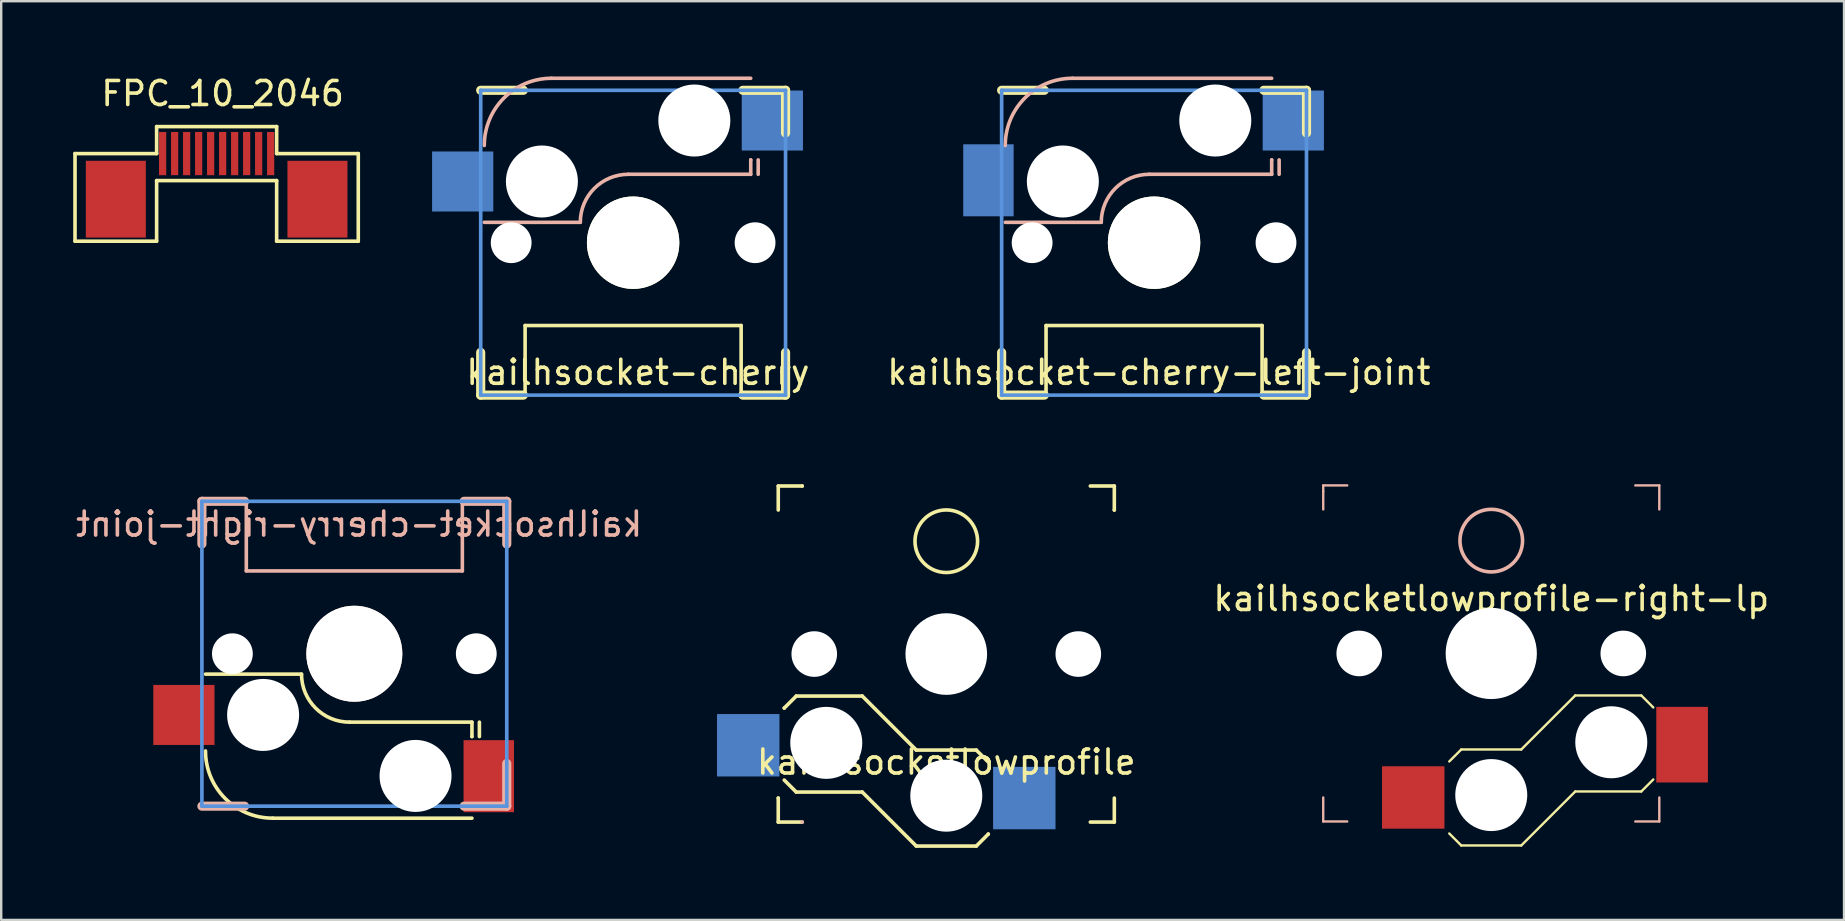
<source format=kicad_pcb>
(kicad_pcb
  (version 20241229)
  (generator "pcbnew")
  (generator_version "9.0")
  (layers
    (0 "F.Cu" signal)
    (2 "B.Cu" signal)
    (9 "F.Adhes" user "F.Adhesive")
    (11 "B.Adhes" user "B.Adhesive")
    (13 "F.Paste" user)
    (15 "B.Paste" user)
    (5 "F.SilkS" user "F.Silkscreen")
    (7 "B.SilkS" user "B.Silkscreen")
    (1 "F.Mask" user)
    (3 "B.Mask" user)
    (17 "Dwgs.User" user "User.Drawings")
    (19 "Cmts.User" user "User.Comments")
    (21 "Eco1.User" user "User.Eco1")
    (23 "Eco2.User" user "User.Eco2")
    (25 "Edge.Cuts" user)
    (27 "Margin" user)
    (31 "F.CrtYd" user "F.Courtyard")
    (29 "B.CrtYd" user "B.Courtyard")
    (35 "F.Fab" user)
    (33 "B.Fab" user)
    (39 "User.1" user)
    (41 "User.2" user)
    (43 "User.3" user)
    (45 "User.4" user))
  (footprint "kailhsocket-cherry"
    (layer "F.Cu")
    (at 23.325 7.061)
    (property "Reference" "kailhsocket-cherry" (at 0.2 5.4 0) (layer "F.SilkS") (effects (font (size 1 1) (thickness 0.15))))
    (attr smd)
    (fp_line (start -6.35 -6.35) (end -4.572 -6.35) (stroke (width 0.381) (type solid)) (layer "F.SilkS"))
    (fp_line (start -6.35 6.35) (end -6.35 4.572) (stroke (width 0.381) (type solid)) (layer "F.SilkS"))
    (fp_line (start -4.572 6.35) (end -6.35 6.35) (stroke (width 0.381) (type solid)) (layer "F.SilkS"))
    (fp_line (start -4.5 3.45) (end -4.5 6.35) (stroke (width 0.15) (type solid)) (layer "F.SilkS"))
    (fp_line (start -4.5 3.45) (end 4.5 3.45) (stroke (width 0.15) (type solid)) (layer "F.SilkS"))
    (fp_line (start -4.5 6.35) (end -4.5 6.35) (stroke (width 0.15) (type solid)) (layer "F.SilkS"))
    (fp_line (start 4.5 3.45) (end 4.5 6.4) (stroke (width 0.15) (type solid)) (layer "F.SilkS"))
    (fp_line (start 4.5 6.4) (end 4.5 6.4) (stroke (width 0.15) (type solid)) (layer "F.SilkS"))
    (fp_line (start 4.572 -6.35) (end 6.35 -6.35) (stroke (width 0.381) (type solid)) (layer "F.SilkS"))
    (fp_line (start 6.35 -6.35) (end 6.35 -4.572) (stroke (width 0.381) (type solid)) (layer "F.SilkS"))
    (fp_line (start 6.35 4.572) (end 6.35 6.35) (stroke (width 0.381) (type solid)) (layer "F.SilkS"))
    (fp_line (start 6.35 6.35) (end 4.572 6.35) (stroke (width 0.381) (type solid)) (layer "F.SilkS"))
    (fp_line (start -6.2 -0.85) (end -2.2 -0.85) (stroke (width 0.15) (type solid)) (layer "B.SilkS"))
    (fp_line (start 4.9 -6.85) (end -3.4 -6.85) (stroke (width 0.15) (type solid)) (layer "B.SilkS"))
    (fp_line (start 4.9 -3.45) (end 4.9 -3.45) (stroke (width 0.15) (type solid)) (layer "B.SilkS"))
    (fp_line (start 4.9 -2.85) (end -0.2 -2.85) (stroke (width 0.15) (type solid)) (layer "B.SilkS"))
    (fp_line (start 4.9 -2.85) (end 4.9 -3.45) (stroke (width 0.15) (type solid)) (layer "B.SilkS"))
    (fp_line (start 5.21 -2.85) (end 5.21 -3.45) (stroke (width 0.15) (type solid)) (layer "B.SilkS"))
    (fp_arc (start -6.2 -4.05) (mid -5.379899 -6.029899) (end -3.4 -6.85) (stroke (width 0.15) (type solid)) (layer "B.SilkS"))
    (fp_arc (start -2.2 -0.85) (mid -1.614214 -2.264214) (end -0.2 -2.85) (stroke (width 0.15) (type solid)) (layer "B.SilkS"))
    (fp_line (start -6.35 -6.35) (end 6.35 -6.35) (stroke (width 0.152) (type solid)) (layer "Cmts.User"))
    (fp_line (start -6.35 6.35) (end -6.35 -6.35) (stroke (width 0.152) (type solid)) (layer "Cmts.User"))
    (fp_line (start 6.35 -6.35) (end 6.35 6.35) (stroke (width 0.152) (type solid)) (layer "Cmts.User"))
    (fp_line (start 6.35 6.35) (end -6.35 6.35) (stroke (width 0.152) (type solid)) (layer "Cmts.User"))
    (fp_line (start -6.985 -6.985) (end 6.985 -6.985) (stroke (width 0.152) (type solid)) (layer "Eco2.User"))
    (fp_line (start -6.985 6.985) (end -6.985 -6.985) (stroke (width 0.152) (type solid)) (layer "Eco2.User"))
    (fp_line (start 6.985 -6.985) (end 6.985 6.985) (stroke (width 0.152) (type solid)) (layer "Eco2.User"))
    (fp_line (start 6.985 6.985) (end -6.985 6.985) (stroke (width 0.152) (type solid)) (layer "Eco2.User"))
    (pad "" np_thru_hole circle (at -5.08 0) (size 1.7 1.7) (drill 1.7) (layers "*.Cu" "*.Mask"))
    (pad "" np_thru_hole circle (at -3.8 -2.55) (size 3 3) (drill 3) (layers "*.Cu" "*.Mask"))
    (pad "" np_thru_hole circle (at 0 0) (size 3.85 3.85) (drill 3.85) (layers "*.Cu" "*.Mask" "F.SilkS"))
    (pad "" np_thru_hole circle (at 2.55 -5.09) (size 3 3) (drill 3) (layers "*.Cu" "*.Mask"))
    (pad "" np_thru_hole circle (at 5.08 0) (size 1.7 1.7) (drill 1.7) (layers "*.Cu" "*.Mask"))
    (pad "1" smd rect (at -7.1 -2.55) (size 2.55 2.5) (layers "B.Cu" "B.Mask" "B.Paste"))
    (pad "2" smd rect (at 5.8 -5.09) (size 2.55 2.5) (layers "B.Cu" "B.Mask" "B.Paste")))
  (footprint "kailhsocketlowprofile"
    (layer "F.Cu")
    (at 36.371 24.197)
    (property "Reference" "kailhsocketlowprofile" (at 0 4.5 0) (layer "F.SilkS") (effects (font (size 1 1) (thickness 0.15))))
    (attr smd)
    (fp_line (start -7 -7) (end -6 -7) (stroke (width 0.15) (type solid)) (layer "F.SilkS"))
    (fp_line (start -7 -6) (end -7 -7) (stroke (width 0.15) (type solid)) (layer "F.SilkS"))
    (fp_line (start -7 6) (end -7 6) (stroke (width 0.15) (type solid)) (layer "F.SilkS"))
    (fp_line (start -7 7) (end -7 6) (stroke (width 0.15) (type solid)) (layer "F.SilkS"))
    (fp_line (start -6.75 2.25) (end -6.75 2.25) (stroke (width 0.15) (type solid)) (layer "F.SilkS"))
    (fp_line (start -6.75 5.25) (end -6.25 5.75) (stroke (width 0.15) (type solid)) (layer "F.SilkS"))
    (fp_line (start -6.25 1.75) (end -6.75 2.25) (stroke (width 0.15) (type solid)) (layer "F.SilkS"))
    (fp_line (start -6.25 5.75) (end -3.5 5.75) (stroke (width 0.15) (type solid)) (layer "F.SilkS"))
    (fp_line (start -6 -7) (end -6 -7) (stroke (width 0.15) (type solid)) (layer "F.SilkS"))
    (fp_line (start -6 7) (end -7 7) (stroke (width 0.15) (type solid)) (layer "F.SilkS"))
    (fp_line (start -3.5 1.75) (end -6.25 1.75) (stroke (width 0.15) (type solid)) (layer "F.SilkS"))
    (fp_line (start -3.5 5.75) (end -1.25 8) (stroke (width 0.15) (type solid)) (layer "F.SilkS"))
    (fp_line (start -1.25 4) (end -3.5 1.75) (stroke (width 0.15) (type solid)) (layer "F.SilkS"))
    (fp_line (start -1.25 8) (end 1.25 8) (stroke (width 0.15) (type solid)) (layer "F.SilkS"))
    (fp_line (start 1.25 4) (end -1.25 4) (stroke (width 0.15) (type solid)) (layer "F.SilkS"))
    (fp_line (start 1.25 8) (end 1.75 7.5) (stroke (width 0.15) (type solid)) (layer "F.SilkS"))
    (fp_line (start 1.75 4.5) (end 1.25 4) (stroke (width 0.15) (type solid)) (layer "F.SilkS"))
    (fp_line (start 1.75 7.5) (end 1.75 7.5) (stroke (width 0.15) (type solid)) (layer "F.SilkS"))
    (fp_line (start 6 -7) (end 7 -7) (stroke (width 0.15) (type solid)) (layer "F.SilkS"))
    (fp_line (start 7 -7) (end 7 -6) (stroke (width 0.15) (type solid)) (layer "F.SilkS"))
    (fp_line (start 7 -6) (end 7 -6) (stroke (width 0.15) (type solid)) (layer "F.SilkS"))
    (fp_line (start 7 6) (end 7 7) (stroke (width 0.15) (type solid)) (layer "F.SilkS"))
    (fp_line (start 7 7) (end 6 7) (stroke (width 0.15) (type solid)) (layer "F.SilkS"))
    (fp_circle (center 0 -4.7) (end -0.7 -5.8) (stroke (width 0.15) (type solid)) (fill no) (layer "F.SilkS"))
    (fp_line (start -6 7) (end -6 7) (stroke (width 0.15) (type solid)) (layer "B.SilkS"))
    (pad "" np_thru_hole circle (at -5.5 0) (size 1.9 1.9) (drill 1.9) (layers "*.Cu" "*.Mask"))
    (pad "" np_thru_hole circle (at -5 3.7) (size 3 3) (drill 3) (layers "*.Cu" "*.Mask"))
    (pad "" np_thru_hole circle (at 0 0) (size 3.4 3.4) (drill 3.4) (layers "*.Cu" "*.Mask"))
    (pad "" np_thru_hole circle (at 0 5.9) (size 3 3) (drill 3) (layers "*.Cu" "*.Mask"))
    (pad "" np_thru_hole circle (at 5.5 0) (size 1.9 1.9) (drill 1.9) (layers "*.Cu" "*.Mask"))
    (pad "1" smd rect (at -8.25 3.8) (size 2.6 2.6) (layers "B.Cu" "B.Mask" "B.Paste"))
    (pad "2" smd rect (at 3.25 6) (size 2.6 2.6) (layers "B.Cu" "B.Mask" "B.Paste")))
  (footprint "kailhsocket-cherry-left-joint"
    (layer "F.Cu")
    (at 45.027 7.061)
    (property "Reference" "kailhsocket-cherry-left-joint" (at 0.2 5.4 0) (layer "F.SilkS") (effects (font (size 1 1) (thickness 0.15))))
    (attr smd)
    (fp_line (start -6.35 -6.35) (end -4.572 -6.35) (stroke (width 0.381) (type solid)) (layer "F.SilkS"))
    (fp_line (start -6.35 6.35) (end -6.35 4.572) (stroke (width 0.381) (type solid)) (layer "F.SilkS"))
    (fp_line (start -4.572 6.35) (end -6.35 6.35) (stroke (width 0.381) (type solid)) (layer "F.SilkS"))
    (fp_line (start -4.5 3.45) (end -4.5 6.35) (stroke (width 0.15) (type solid)) (layer "F.SilkS"))
    (fp_line (start -4.5 3.45) (end 4.5 3.45) (stroke (width 0.15) (type solid)) (layer "F.SilkS"))
    (fp_line (start -4.5 6.35) (end -4.5 6.35) (stroke (width 0.15) (type solid)) (layer "F.SilkS"))
    (fp_line (start 4.5 3.45) (end 4.5 6.4) (stroke (width 0.15) (type solid)) (layer "F.SilkS"))
    (fp_line (start 4.5 6.4) (end 4.5 6.4) (stroke (width 0.15) (type solid)) (layer "F.SilkS"))
    (fp_line (start 4.572 -6.35) (end 6.35 -6.35) (stroke (width 0.381) (type solid)) (layer "F.SilkS"))
    (fp_line (start 6.35 -6.35) (end 6.35 -4.572) (stroke (width 0.381) (type solid)) (layer "F.SilkS"))
    (fp_line (start 6.35 4.572) (end 6.35 6.35) (stroke (width 0.381) (type solid)) (layer "F.SilkS"))
    (fp_line (start 6.35 6.35) (end 4.572 6.35) (stroke (width 0.381) (type solid)) (layer "F.SilkS"))
    (fp_line (start -6.2 -0.85) (end -2.2 -0.85) (stroke (width 0.15) (type solid)) (layer "B.SilkS"))
    (fp_line (start 4.9 -6.85) (end -3.4 -6.85) (stroke (width 0.15) (type solid)) (layer "B.SilkS"))
    (fp_line (start 4.9 -3.45) (end 4.9 -3.45) (stroke (width 0.15) (type solid)) (layer "B.SilkS"))
    (fp_line (start 4.9 -2.85) (end -0.2 -2.85) (stroke (width 0.15) (type solid)) (layer "B.SilkS"))
    (fp_line (start 4.9 -2.85) (end 4.9 -3.45) (stroke (width 0.15) (type solid)) (layer "B.SilkS"))
    (fp_line (start 5.21 -2.85) (end 5.21 -3.45) (stroke (width 0.15) (type solid)) (layer "B.SilkS"))
    (fp_arc (start -6.2 -4.05) (mid -5.379899 -6.029899) (end -3.4 -6.85) (stroke (width 0.15) (type solid)) (layer "B.SilkS"))
    (fp_arc (start -2.2 -0.85) (mid -1.614214 -2.264214) (end -0.2 -2.85) (stroke (width 0.15) (type solid)) (layer "B.SilkS"))
    (fp_line (start -6.35 -6.35) (end 6.35 -6.35) (stroke (width 0.152) (type solid)) (layer "Cmts.User"))
    (fp_line (start -6.35 6.35) (end -6.35 -6.35) (stroke (width 0.152) (type solid)) (layer "Cmts.User"))
    (fp_line (start 6.35 -6.35) (end 6.35 6.35) (stroke (width 0.152) (type solid)) (layer "Cmts.User"))
    (fp_line (start 6.35 6.35) (end -6.35 6.35) (stroke (width 0.152) (type solid)) (layer "Cmts.User"))
    (fp_line (start -6.985 -6.985) (end 6.985 -6.985) (stroke (width 0.152) (type solid)) (layer "Eco2.User"))
    (fp_line (start -6.985 6.985) (end -6.985 -6.985) (stroke (width 0.152) (type solid)) (layer "Eco2.User"))
    (fp_line (start 6.985 -6.985) (end 6.985 6.985) (stroke (width 0.152) (type solid)) (layer "Eco2.User"))
    (fp_line (start 6.985 6.985) (end -6.985 6.985) (stroke (width 0.152) (type solid)) (layer "Eco2.User"))
    (pad "" np_thru_hole circle (at -5.08 0) (size 1.7 1.7) (drill 1.7) (layers "*.Cu" "*.Mask"))
    (pad "" np_thru_hole circle (at -3.8 -2.55) (size 3 3) (drill 3) (layers "*.Cu" "*.Mask"))
    (pad "" np_thru_hole circle (at 0 0) (size 3.85 3.85) (drill 3.85) (layers "*.Cu" "*.Mask" "F.SilkS"))
    (pad "" np_thru_hole circle (at 2.55 -5.09) (size 3 3) (drill 3) (layers "*.Cu" "*.Mask"))
    (pad "" np_thru_hole circle (at 5.08 0) (size 1.7 1.7) (drill 1.7) (layers "*.Cu" "*.Mask"))
    (pad "1" smd rect (at -6.9 -2.6) (size 2.1 3) (layers "B.Cu" "B.Mask" "B.Paste"))
    (pad "2" smd rect (at 5.8 -5.09) (size 2.55 2.5) (layers "B.Cu" "B.Mask" "B.Paste")))
  (footprint "FPC_10_2046"
    (layer "F.Cu")
    (at 5.975 3.348)
    (property "Reference" "FPC_10_2046" (at 0.25 -2.5 0) (layer "F.SilkS") (effects (font (size 1 1) (thickness 0.15))))
    (attr smd)
    (fp_line (start -5.9 0) (end -2.5 0) (stroke (width 0.15) (type solid)) (layer "F.SilkS"))
    (fp_line (start -5.9 3.65) (end -5.9 0) (stroke (width 0.15) (type solid)) (layer "F.SilkS"))
    (fp_line (start -2.5 -1.125) (end 2.5 -1.125) (stroke (width 0.15) (type solid)) (layer "F.SilkS"))
    (fp_line (start -2.5 0) (end -2.5 -1.125) (stroke (width 0.15) (type solid)) (layer "F.SilkS"))
    (fp_line (start -2.5 1.125) (end -2.5 3.65) (stroke (width 0.15) (type solid)) (layer "F.SilkS"))
    (fp_line (start -2.5 1.125) (end 2.5 1.125) (stroke (width 0.15) (type solid)) (layer "F.SilkS"))
    (fp_line (start -2.5 3.65) (end -5.9 3.65) (stroke (width 0.15) (type solid)) (layer "F.SilkS"))
    (fp_line (start 2.5 0) (end 2.5 -1.125) (stroke (width 0.15) (type solid)) (layer "F.SilkS"))
    (fp_line (start 2.5 1.125) (end 2.5 3.65) (stroke (width 0.15) (type solid)) (layer "F.SilkS"))
    (fp_line (start 2.5 3.65) (end 5.9 3.65) (stroke (width 0.15) (type solid)) (layer "F.SilkS"))
    (fp_line (start 5.9 0) (end 2.5 0) (stroke (width 0.15) (type solid)) (layer "F.SilkS"))
    (fp_line (start 5.9 3.65) (end 5.9 0) (stroke (width 0.15) (type solid)) (layer "F.SilkS"))
    (pad "0" smd rect (at -4.2 1.9) (size 2.5 3.2) (layers "F.Cu" "F.Mask" "F.Paste"))
    (pad "0" smd rect (at 4.2 1.9) (size 2.5 3.2) (layers "F.Cu" "F.Mask" "F.Paste"))
    (pad "1" smd rect (at -2.25 0) (size 0.3 1.8) (layers "F.Cu" "F.Mask" "F.Paste"))
    (pad "2" smd rect (at -1.75 0) (size 0.3 1.8) (layers "F.Cu" "F.Mask" "F.Paste"))
    (pad "3" smd rect (at -1.25 0) (size 0.3 1.8) (layers "F.Cu" "F.Mask" "F.Paste"))
    (pad "4" smd rect (at -0.75 0) (size 0.3 1.8) (layers "F.Cu" "F.Mask" "F.Paste"))
    (pad "5" smd rect (at -0.25 0) (size 0.3 1.8) (layers "F.Cu" "F.Mask" "F.Paste"))
    (pad "6" smd rect (at 0.25 0) (size 0.3 1.8) (layers "F.Cu" "F.Mask" "F.Paste"))
    (pad "7" smd rect (at 0.75 0) (size 0.3 1.8) (layers "F.Cu" "F.Mask" "F.Paste"))
    (pad "8" smd rect (at 1.25 0) (size 0.3 1.8) (layers "F.Cu" "F.Mask" "F.Paste"))
    (pad "9" smd rect (at 1.75 0) (size 0.3 1.8) (layers "F.Cu" "F.Mask" "F.Paste"))
    (pad "10" smd rect (at 2.25 0) (size 0.3 1.8) (layers "F.Cu" "F.Mask" "F.Paste")))
  (footprint "kailhsocket-cherry-right-joint"
    (layer "F.Cu")
    (at 11.711 24.184)
    (property "Reference" "kailhsocket-cherry-right-joint" (at 0.2 -5.4 0) (layer "B.SilkS") (effects (font (size 1 1) (thickness 0.15)) (justify mirror)))
    (attr smd)
    (fp_line (start -6.2 0.85) (end -2.2 0.85) (stroke (width 0.15) (type solid)) (layer "F.SilkS"))
    (fp_line (start 4.9 2.85) (end -0.2 2.85) (stroke (width 0.15) (type solid)) (layer "F.SilkS"))
    (fp_line (start 4.9 2.85) (end 4.9 3.45) (stroke (width 0.15) (type solid)) (layer "F.SilkS"))
    (fp_line (start 4.9 3.45) (end 4.9 3.45) (stroke (width 0.15) (type solid)) (layer "F.SilkS"))
    (fp_line (start 4.9 6.85) (end -3.4 6.85) (stroke (width 0.15) (type solid)) (layer "F.SilkS"))
    (fp_line (start 5.21 2.85) (end 5.21 3.45) (stroke (width 0.15) (type solid)) (layer "F.SilkS"))
    (fp_arc (start -3.4 6.85) (mid -5.379899 6.029899) (end -6.2 4.05) (stroke (width 0.15) (type solid)) (layer "F.SilkS"))
    (fp_arc (start -0.2 2.85) (mid -1.614214 2.264214) (end -2.2 0.85) (stroke (width 0.15) (type solid)) (layer "F.SilkS"))
    (fp_line (start -6.35 -6.35) (end -6.35 -4.572) (stroke (width 0.381) (type solid)) (layer "B.SilkS"))
    (fp_line (start -6.35 6.35) (end -4.572 6.35) (stroke (width 0.381) (type solid)) (layer "B.SilkS"))
    (fp_line (start -4.572 -6.35) (end -6.35 -6.35) (stroke (width 0.381) (type solid)) (layer "B.SilkS"))
    (fp_line (start -4.5 -6.35) (end -4.5 -6.35) (stroke (width 0.15) (type solid)) (layer "B.SilkS"))
    (fp_line (start -4.5 -3.45) (end -4.5 -6.35) (stroke (width 0.15) (type solid)) (layer "B.SilkS"))
    (fp_line (start -4.5 -3.45) (end 4.5 -3.45) (stroke (width 0.15) (type solid)) (layer "B.SilkS"))
    (fp_line (start 4.5 -6.4) (end 4.5 -6.4) (stroke (width 0.15) (type solid)) (layer "B.SilkS"))
    (fp_line (start 4.5 -3.45) (end 4.5 -6.4) (stroke (width 0.15) (type solid)) (layer "B.SilkS"))
    (fp_line (start 4.572 6.35) (end 6.35 6.35) (stroke (width 0.381) (type solid)) (layer "B.SilkS"))
    (fp_line (start 6.35 -6.35) (end 4.572 -6.35) (stroke (width 0.381) (type solid)) (layer "B.SilkS"))
    (fp_line (start 6.35 -4.572) (end 6.35 -6.35) (stroke (width 0.381) (type solid)) (layer "B.SilkS"))
    (fp_line (start 6.35 6.35) (end 6.35 4.572) (stroke (width 0.381) (type solid)) (layer "B.SilkS"))
    (fp_line (start -6.35 -6.35) (end -6.35 6.35) (stroke (width 0.152) (type solid)) (layer "Cmts.User"))
    (fp_line (start -6.35 6.35) (end 6.35 6.35) (stroke (width 0.152) (type solid)) (layer "Cmts.User"))
    (fp_line (start 6.35 -6.35) (end -6.35 -6.35) (stroke (width 0.152) (type solid)) (layer "Cmts.User"))
    (fp_line (start 6.35 6.35) (end 6.35 -6.35) (stroke (width 0.152) (type solid)) (layer "Cmts.User"))
    (fp_line (start -6.985 -6.985) (end -6.985 6.985) (stroke (width 0.152) (type solid)) (layer "Eco2.User"))
    (fp_line (start -6.985 6.985) (end 6.985 6.985) (stroke (width 0.152) (type solid)) (layer "Eco2.User"))
    (fp_line (start 6.985 -6.985) (end -6.985 -6.985) (stroke (width 0.152) (type solid)) (layer "Eco2.User"))
    (fp_line (start 6.985 6.985) (end 6.985 -6.985) (stroke (width 0.152) (type solid)) (layer "Eco2.User"))
    (pad "" np_thru_hole circle (at -5.08 0) (size 1.7 1.7) (drill 1.7) (layers "*.Cu" "*.Mask"))
    (pad "" np_thru_hole circle (at -3.8 2.55) (size 3 3) (drill 3) (layers "*.Cu" "*.Mask"))
    (pad "" np_thru_hole circle (at 0 0) (size 4 4) (drill 4) (layers "*.Cu" "*.Mask" "B.SilkS"))
    (pad "" np_thru_hole circle (at 2.55 5.09) (size 3 3) (drill 3) (layers "*.Cu" "*.Mask"))
    (pad "" np_thru_hole circle (at 5.08 0) (size 1.7 1.7) (drill 1.7) (layers "*.Cu" "*.Mask"))
    (pad "1" smd rect (at -7.1 2.55) (size 2.55 2.5) (layers "F.Cu" "F.Mask" "F.Paste"))
    (pad "2" smd rect (at 5.6 5.1) (size 2.1 3) (layers "F.Cu" "F.Mask" "F.Paste")))
  (footprint "kailhsocketlowprofile-right-lp"
    (layer "F.Cu")
    (at 59.074 24.172)
    (property "Reference" "kailhsocketlowprofile-right-lp" (at 0 -2.286 180) (layer "F.SilkS") (effects (font (size 1 1) (thickness 0.15))))
    (attr smd)
    (fp_line (start -1.75 4.5) (end -1.25 4) (stroke (width 0.1) (type solid)) (layer "F.SilkS"))
    (fp_line (start -1.25 4) (end 1.25 4) (stroke (width 0.1) (type solid)) (layer "F.SilkS"))
    (fp_line (start -1.25 8) (end -1.75 7.5) (stroke (width 0.1) (type solid)) (layer "F.SilkS"))
    (fp_line (start 1.25 4) (end 3.5 1.75) (stroke (width 0.1) (type solid)) (layer "F.SilkS"))
    (fp_line (start 1.25 8) (end -1.25 8) (stroke (width 0.1) (type solid)) (layer "F.SilkS"))
    (fp_line (start 3.5 1.75) (end 6.25 1.75) (stroke (width 0.1) (type solid)) (layer "F.SilkS"))
    (fp_line (start 3.5 5.75) (end 1.25 8) (stroke (width 0.1) (type solid)) (layer "F.SilkS"))
    (fp_line (start 6.25 1.75) (end 6.75 2.25) (stroke (width 0.1) (type solid)) (layer "F.SilkS"))
    (fp_line (start 6.25 5.75) (end 3.5 5.75) (stroke (width 0.1) (type solid)) (layer "F.SilkS"))
    (fp_line (start 6.75 5.25) (end 6.25 5.75) (stroke (width 0.1) (type solid)) (layer "F.SilkS"))
    (fp_line (start -7 -7) (end -6 -7) (stroke (width 0.1) (type solid)) (layer "B.SilkS"))
    (fp_line (start -7 -6.75) (end -7 -7) (stroke (width 0.1) (type solid)) (layer "B.SilkS"))
    (fp_line (start -7 -6) (end -7 -6.75) (stroke (width 0.1) (type solid)) (layer "B.SilkS"))
    (fp_line (start -7 7) (end -7 6) (stroke (width 0.1) (type solid)) (layer "B.SilkS"))
    (fp_line (start -6 7) (end -7 7) (stroke (width 0.1) (type solid)) (layer "B.SilkS"))
    (fp_line (start 6 -7) (end 7 -7) (stroke (width 0.1) (type solid)) (layer "B.SilkS"))
    (fp_line (start 7 -7) (end 7 -6) (stroke (width 0.1) (type solid)) (layer "B.SilkS"))
    (fp_line (start 7 6) (end 7 7) (stroke (width 0.1) (type solid)) (layer "B.SilkS"))
    (fp_line (start 7 7) (end 6 7) (stroke (width 0.1) (type solid)) (layer "B.SilkS"))
    (fp_circle (center 0 -4.7) (end -0.7 -5.8) (stroke (width 0.15) (type solid)) (fill no) (layer "B.SilkS"))
    (pad "" np_thru_hole circle (at -5.5 0) (size 1.9 1.9) (drill 1.9) (layers "*.Cu" "*.Mask"))
    (pad "" np_thru_hole circle (at 0 0) (size 3.8 3.8) (drill 3.8) (layers "*.Cu" "*.Mask"))
    (pad "" np_thru_hole circle (at 0 5.9 180) (size 3 3) (drill 3) (layers "*.Cu" "*.Mask"))
    (pad "" np_thru_hole circle (at 5 3.7 180) (size 3 3) (drill 3) (layers "*.Cu" "*.Mask"))
    (pad "" np_thru_hole circle (at 5.5 0) (size 1.9 1.9) (drill 1.9) (layers "*.Cu" "*.Mask"))
    (pad "1" smd rect (at 7.95 3.8 180) (size 2.15 3.15) (layers "F.Cu" "F.Mask" "F.Paste"))
    (pad "2" smd rect (at -3.25 6 180) (size 2.6 2.6) (layers "F.Cu" "F.Mask" "F.Paste")))
  (gr_rect
    (start -3 -3)
    (end 73.77 35.272)
    (stroke (width 0.1) (type default))
    (fill no)
    (layer "Edge.Cuts")))
</source>
